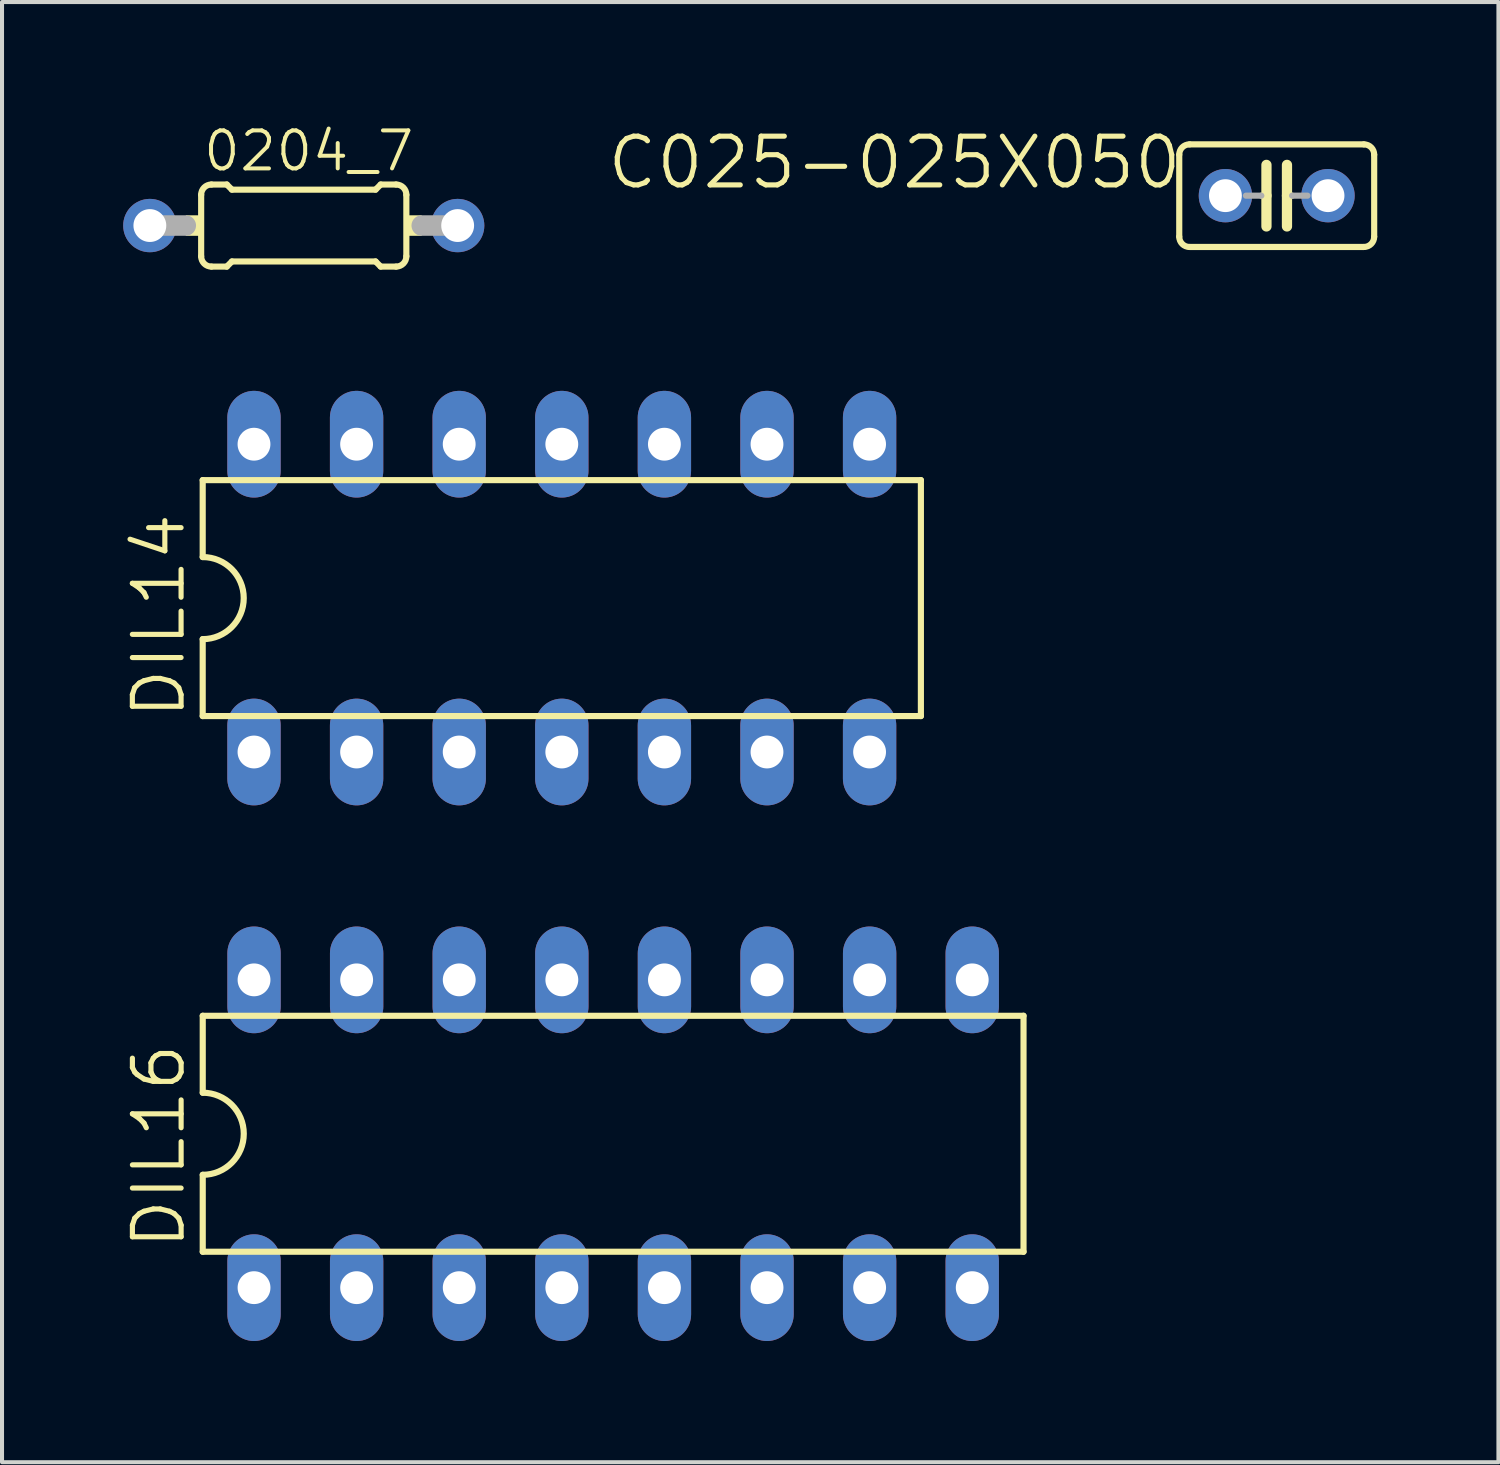
<source format=kicad_pcb>
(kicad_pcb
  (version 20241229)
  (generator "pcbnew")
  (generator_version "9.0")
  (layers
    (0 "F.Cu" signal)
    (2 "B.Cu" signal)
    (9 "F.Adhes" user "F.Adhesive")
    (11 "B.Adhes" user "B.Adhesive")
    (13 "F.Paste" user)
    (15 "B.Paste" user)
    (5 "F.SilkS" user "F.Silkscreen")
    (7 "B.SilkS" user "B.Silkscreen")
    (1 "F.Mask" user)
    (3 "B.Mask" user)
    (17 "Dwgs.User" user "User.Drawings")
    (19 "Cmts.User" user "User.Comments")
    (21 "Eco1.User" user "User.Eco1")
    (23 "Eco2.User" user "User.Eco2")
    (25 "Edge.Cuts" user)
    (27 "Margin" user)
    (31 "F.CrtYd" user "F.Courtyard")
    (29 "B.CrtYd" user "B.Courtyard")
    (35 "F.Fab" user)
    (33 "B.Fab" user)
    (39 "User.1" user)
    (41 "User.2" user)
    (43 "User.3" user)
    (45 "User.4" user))
  (footprint "DIL16"
    (layer "F.Cu")
    (at 12.129 25.018)
    (property "Reference" "DIL16" (at -10.541 2.921 90) (layer "F.SilkS") (effects (font (size 1.206 1.206) (thickness 0.127)) (justify left bottom)))
    (attr through_hole)
    (fp_line (start -10.16 -2.921) (end -10.16 -1.016) (stroke (width 0.152) (type solid)) (layer "F.SilkS"))
    (fp_line (start -10.16 2.921) (end -10.16 1.016) (stroke (width 0.152) (type solid)) (layer "F.SilkS"))
    (fp_line (start -10.16 2.921) (end 10.16 2.921) (stroke (width 0.152) (type solid)) (layer "F.SilkS"))
    (fp_line (start 10.16 -2.921) (end -10.16 -2.921) (stroke (width 0.152) (type solid)) (layer "F.SilkS"))
    (fp_line (start 10.16 -2.921) (end 10.16 2.921) (stroke (width 0.152) (type solid)) (layer "F.SilkS"))
    (fp_arc (start -10.16 -1.016) (mid -9.144 0) (end -10.16 1.016) (stroke (width 0.1524) (type solid)) (layer "F.SilkS"))
    (pad "1" thru_hole oval (at -8.89 3.81 90) (size 2.642 1.321) (drill 0.813) (layers "*.Cu" "*.Mask"))
    (pad "2" thru_hole oval (at -6.35 3.81 90) (size 2.642 1.321) (drill 0.813) (layers "*.Cu" "*.Mask"))
    (pad "3" thru_hole oval (at -3.81 3.81 90) (size 2.642 1.321) (drill 0.813) (layers "*.Cu" "*.Mask"))
    (pad "4" thru_hole oval (at -1.27 3.81 90) (size 2.642 1.321) (drill 0.813) (layers "*.Cu" "*.Mask"))
    (pad "5" thru_hole oval (at 1.27 3.81 90) (size 2.642 1.321) (drill 0.813) (layers "*.Cu" "*.Mask"))
    (pad "6" thru_hole oval (at 3.81 3.81 90) (size 2.642 1.321) (drill 0.813) (layers "*.Cu" "*.Mask"))
    (pad "7" thru_hole oval (at 6.35 3.81 90) (size 2.642 1.321) (drill 0.813) (layers "*.Cu" "*.Mask"))
    (pad "8" thru_hole oval (at 8.89 3.81 90) (size 2.642 1.321) (drill 0.813) (layers "*.Cu" "*.Mask"))
    (pad "9" thru_hole oval (at 8.89 -3.81 90) (size 2.642 1.321) (drill 0.813) (layers "*.Cu" "*.Mask"))
    (pad "10" thru_hole oval (at 6.35 -3.81 90) (size 2.642 1.321) (drill 0.813) (layers "*.Cu" "*.Mask"))
    (pad "11" thru_hole oval (at 3.81 -3.81 90) (size 2.642 1.321) (drill 0.813) (layers "*.Cu" "*.Mask"))
    (pad "12" thru_hole oval (at 1.27 -3.81 90) (size 2.642 1.321) (drill 0.813) (layers "*.Cu" "*.Mask"))
    (pad "13" thru_hole oval (at -1.27 -3.81 90) (size 2.642 1.321) (drill 0.813) (layers "*.Cu" "*.Mask"))
    (pad "14" thru_hole oval (at -3.81 -3.81 90) (size 2.642 1.321) (drill 0.813) (layers "*.Cu" "*.Mask"))
    (pad "15" thru_hole oval (at -6.35 -3.81 90) (size 2.642 1.321) (drill 0.813) (layers "*.Cu" "*.Mask"))
    (pad "16" thru_hole oval (at -8.89 -3.81 90) (size 2.642 1.321) (drill 0.813) (layers "*.Cu" "*.Mask")))
  (footprint "DIL14"
    (layer "F.Cu")
    (at 10.858 11.757)
    (property "Reference" "DIL14" (at -9.271 3.048 90) (layer "F.SilkS") (effects (font (size 1.206 1.206) (thickness 0.127)) (justify left bottom)))
    (attr through_hole)
    (fp_line (start -8.89 -2.921) (end -8.89 -1.016) (stroke (width 0.152) (type solid)) (layer "F.SilkS"))
    (fp_line (start -8.89 2.921) (end -8.89 1.016) (stroke (width 0.152) (type solid)) (layer "F.SilkS"))
    (fp_line (start -8.89 2.921) (end 8.89 2.921) (stroke (width 0.152) (type solid)) (layer "F.SilkS"))
    (fp_line (start 8.89 -2.921) (end -8.89 -2.921) (stroke (width 0.152) (type solid)) (layer "F.SilkS"))
    (fp_line (start 8.89 -2.921) (end 8.89 2.921) (stroke (width 0.152) (type solid)) (layer "F.SilkS"))
    (fp_arc (start -8.89 -1.016) (mid -7.874 0) (end -8.89 1.016) (stroke (width 0.1524) (type solid)) (layer "F.SilkS"))
    (pad "1" thru_hole oval (at -7.62 3.81 90) (size 2.642 1.321) (drill 0.813) (layers "*.Cu" "*.Mask"))
    (pad "2" thru_hole oval (at -5.08 3.81 90) (size 2.642 1.321) (drill 0.813) (layers "*.Cu" "*.Mask"))
    (pad "3" thru_hole oval (at -2.54 3.81 90) (size 2.642 1.321) (drill 0.813) (layers "*.Cu" "*.Mask"))
    (pad "4" thru_hole oval (at 0 3.81 90) (size 2.642 1.321) (drill 0.813) (layers "*.Cu" "*.Mask"))
    (pad "5" thru_hole oval (at 2.54 3.81 90) (size 2.642 1.321) (drill 0.813) (layers "*.Cu" "*.Mask"))
    (pad "6" thru_hole oval (at 5.08 3.81 90) (size 2.642 1.321) (drill 0.813) (layers "*.Cu" "*.Mask"))
    (pad "7" thru_hole oval (at 7.62 3.81 90) (size 2.642 1.321) (drill 0.813) (layers "*.Cu" "*.Mask"))
    (pad "8" thru_hole oval (at 7.62 -3.81 90) (size 2.642 1.321) (drill 0.813) (layers "*.Cu" "*.Mask"))
    (pad "9" thru_hole oval (at 5.08 -3.81 90) (size 2.642 1.321) (drill 0.813) (layers "*.Cu" "*.Mask"))
    (pad "10" thru_hole oval (at 2.54 -3.81 90) (size 2.642 1.321) (drill 0.813) (layers "*.Cu" "*.Mask"))
    (pad "11" thru_hole oval (at 0 -3.81 90) (size 2.642 1.321) (drill 0.813) (layers "*.Cu" "*.Mask"))
    (pad "12" thru_hole oval (at -2.54 -3.81 90) (size 2.642 1.321) (drill 0.813) (layers "*.Cu" "*.Mask"))
    (pad "13" thru_hole oval (at -5.08 -3.81 90) (size 2.642 1.321) (drill 0.813) (layers "*.Cu" "*.Mask"))
    (pad "14" thru_hole oval (at -7.62 -3.81 90) (size 2.642 1.321) (drill 0.813) (layers "*.Cu" "*.Mask")))
  (footprint "C025-025X050"
    (layer "F.Cu")
    (at 28.557 1.794)
    (property "Reference" "C025-025X050" (at -2.286 -1.524 0) (layer "F.SilkS") (effects (font (size 1.206 1.206) (thickness 0.127)) (justify right top)))
    (attr through_hole)
    (fp_line (start -2.413 -1.016) (end -2.413 1.016) (stroke (width 0.152) (type solid)) (layer "F.SilkS"))
    (fp_line (start -2.159 -1.27) (end 2.159 -1.27) (stroke (width 0.152) (type solid)) (layer "F.SilkS"))
    (fp_line (start -0.254 -0.762) (end -0.254 0) (stroke (width 0.254) (type solid)) (layer "F.SilkS"))
    (fp_line (start -0.254 0) (end -0.381 0) (stroke (width 0.152) (type solid)) (layer "F.SilkS"))
    (fp_line (start -0.254 0) (end -0.254 0.762) (stroke (width 0.254) (type solid)) (layer "F.SilkS"))
    (fp_line (start 0.254 0) (end 0.254 -0.762) (stroke (width 0.254) (type solid)) (layer "F.SilkS"))
    (fp_line (start 0.254 0) (end 0.254 0.762) (stroke (width 0.254) (type solid)) (layer "F.SilkS"))
    (fp_line (start 0.381 0) (end 0.254 0) (stroke (width 0.152) (type solid)) (layer "F.SilkS"))
    (fp_line (start 2.159 1.27) (end -2.159 1.27) (stroke (width 0.152) (type solid)) (layer "F.SilkS"))
    (fp_line (start 2.413 -1.016) (end 2.413 1.016) (stroke (width 0.152) (type solid)) (layer "F.SilkS"))
    (fp_arc (start -2.413 -1.016) (mid -2.338605 -1.195605) (end -2.159 -1.27) (stroke (width 0.1524) (type solid)) (layer "F.SilkS"))
    (fp_arc (start -2.159 1.27) (mid -2.338605 1.195605) (end -2.413 1.016) (stroke (width 0.1524) (type solid)) (layer "F.SilkS"))
    (fp_arc (start 2.159 -1.27) (mid 2.338605 -1.195605) (end 2.413 -1.016) (stroke (width 0.1524) (type solid)) (layer "F.SilkS"))
    (fp_arc (start 2.413 1.016) (mid 2.338605 1.195605) (end 2.159 1.27) (stroke (width 0.1524) (type solid)) (layer "F.SilkS"))
    (fp_line (start -0.381 0) (end -0.762 0) (stroke (width 0.152) (type solid)) (layer "F.Fab"))
    (fp_line (start 0.762 0) (end 0.381 0) (stroke (width 0.152) (type solid)) (layer "F.Fab"))
    (pad "1" thru_hole circle (at -1.27 0) (size 1.321 1.321) (drill 0.813) (layers "*.Cu" "*.Mask"))
    (pad "2" thru_hole circle (at 1.27 0) (size 1.321 1.321) (drill 0.813) (layers "*.Cu" "*.Mask")))
  (footprint "0204_7"
    (layer "F.Cu")
    (at 4.47 2.534)
    (property "Reference" "0204_7" (at -2.54 -1.295 0) (layer "F.SilkS") (effects (font (size 0.941 0.941) (thickness 0.099)) (justify left bottom)))
    (attr through_hole)
    (fp_line (start -2.54 0.762) (end -2.54 -0.762) (stroke (width 0.152) (type solid)) (layer "F.SilkS"))
    (fp_line (start -2.286 -1.016) (end -1.905 -1.016) (stroke (width 0.152) (type solid)) (layer "F.SilkS"))
    (fp_line (start -2.286 1.016) (end -1.905 1.016) (stroke (width 0.152) (type solid)) (layer "F.SilkS"))
    (fp_line (start -1.778 -0.889) (end -1.905 -1.016) (stroke (width 0.152) (type solid)) (layer "F.SilkS"))
    (fp_line (start -1.778 0.889) (end -1.905 1.016) (stroke (width 0.152) (type solid)) (layer "F.SilkS"))
    (fp_line (start 1.778 -0.889) (end -1.778 -0.889) (stroke (width 0.152) (type solid)) (layer "F.SilkS"))
    (fp_line (start 1.778 -0.889) (end 1.905 -1.016) (stroke (width 0.152) (type solid)) (layer "F.SilkS"))
    (fp_line (start 1.778 0.889) (end -1.778 0.889) (stroke (width 0.152) (type solid)) (layer "F.SilkS"))
    (fp_line (start 1.778 0.889) (end 1.905 1.016) (stroke (width 0.152) (type solid)) (layer "F.SilkS"))
    (fp_line (start 2.286 -1.016) (end 1.905 -1.016) (stroke (width 0.152) (type solid)) (layer "F.SilkS"))
    (fp_line (start 2.286 1.016) (end 1.905 1.016) (stroke (width 0.152) (type solid)) (layer "F.SilkS"))
    (fp_line (start 2.54 0.762) (end 2.54 -0.762) (stroke (width 0.152) (type solid)) (layer "F.SilkS"))
    (fp_arc (start -2.54 -0.762) (mid -2.465605 -0.941605) (end -2.286 -1.016) (stroke (width 0.1524) (type solid)) (layer "F.SilkS"))
    (fp_arc (start -2.286 1.016) (mid -2.465605 0.941605) (end -2.54 0.762) (stroke (width 0.1524) (type solid)) (layer "F.SilkS"))
    (fp_arc (start 2.286 -1.016) (mid 2.465605 -0.941605) (end 2.54 -0.762) (stroke (width 0.1524) (type solid)) (layer "F.SilkS"))
    (fp_arc (start 2.54 0.762) (mid 2.465605 0.941605) (end 2.286 1.016) (stroke (width 0.1524) (type solid)) (layer "F.SilkS"))
    (fp_poly (pts (xy -2.921 0.254) (xy -2.54 0.254) (xy -2.54 -0.254) (xy -2.921 -0.254)) (stroke (width 0) (type solid)) (fill yes) (layer "F.SilkS"))
    (fp_poly (pts (xy 2.54 0.254) (xy 2.921 0.254) (xy 2.921 -0.254) (xy 2.54 -0.254)) (stroke (width 0) (type solid)) (fill yes) (layer "F.SilkS"))
    (fp_line (start -3.81 0) (end -2.921 0) (stroke (width 0.508) (type solid)) (layer "F.Fab"))
    (fp_line (start 3.81 0) (end 2.921 0) (stroke (width 0.508) (type solid)) (layer "F.Fab"))
    (pad "1" thru_hole circle (at -3.81 0) (size 1.321 1.321) (drill 0.813) (layers "*.Cu" "*.Mask"))
    (pad "2" thru_hole circle (at 3.81 0) (size 1.321 1.321) (drill 0.813) (layers "*.Cu" "*.Mask")))
  (gr_rect
    (start -3 -3)
    (end 34.046 33.149)
    (stroke (width 0.1) (type default))
    (fill no)
    (layer "Edge.Cuts")))
</source>
